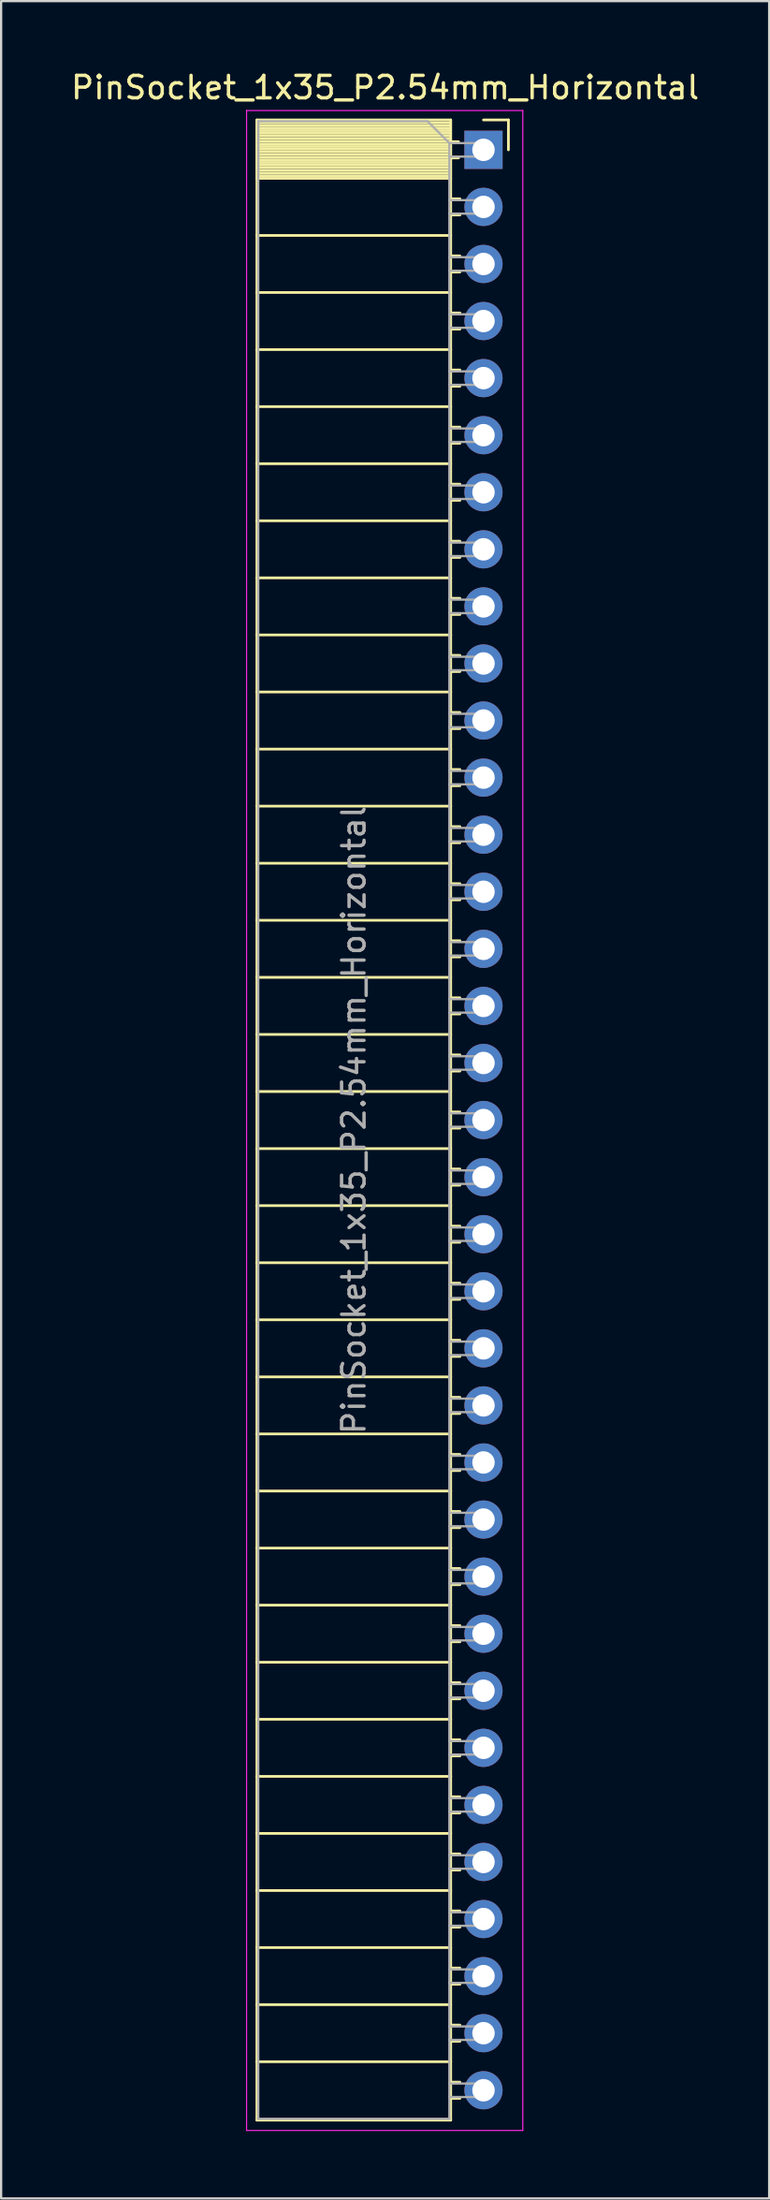
<source format=kicad_pcb>
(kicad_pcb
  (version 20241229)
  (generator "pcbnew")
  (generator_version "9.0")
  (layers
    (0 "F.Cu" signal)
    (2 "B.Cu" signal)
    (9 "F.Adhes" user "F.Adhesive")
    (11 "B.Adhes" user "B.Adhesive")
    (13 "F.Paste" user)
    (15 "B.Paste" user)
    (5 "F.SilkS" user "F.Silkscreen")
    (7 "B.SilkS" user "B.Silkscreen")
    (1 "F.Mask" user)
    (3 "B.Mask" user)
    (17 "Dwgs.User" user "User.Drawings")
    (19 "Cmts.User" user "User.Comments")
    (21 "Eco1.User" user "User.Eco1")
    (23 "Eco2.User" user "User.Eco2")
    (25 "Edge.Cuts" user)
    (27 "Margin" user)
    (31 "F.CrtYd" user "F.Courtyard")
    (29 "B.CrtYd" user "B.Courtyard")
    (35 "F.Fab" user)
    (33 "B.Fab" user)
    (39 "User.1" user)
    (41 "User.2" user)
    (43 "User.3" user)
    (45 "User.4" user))
  (footprint "PinSocket_1x35_P2.54mm_Horizontal"
    (layer "F.Cu")
    (at 18.481 3.618)
    (property "Reference" "PinSocket_1x35_P2.54mm_Horizontal" (at -4.38 -2.77 0) (layer "F.SilkS") (effects (font (size 1 1) (thickness 0.15))))
    (attr through_hole)
    (fp_line (start -10.09 -1.33) (end -10.09 87.69) (stroke (width 0.12) (type solid)) (layer "F.SilkS"))
    (fp_line (start -10.09 -1.33) (end -1.46 -1.33) (stroke (width 0.12) (type solid)) (layer "F.SilkS"))
    (fp_line (start -10.09 -1.21) (end -1.46 -1.21) (stroke (width 0.12) (type solid)) (layer "F.SilkS"))
    (fp_line (start -10.09 -1.092) (end -1.46 -1.092) (stroke (width 0.12) (type solid)) (layer "F.SilkS"))
    (fp_line (start -10.09 -0.974) (end -1.46 -0.974) (stroke (width 0.12) (type solid)) (layer "F.SilkS"))
    (fp_line (start -10.09 -0.856) (end -1.46 -0.856) (stroke (width 0.12) (type solid)) (layer "F.SilkS"))
    (fp_line (start -10.09 -0.738) (end -1.46 -0.738) (stroke (width 0.12) (type solid)) (layer "F.SilkS"))
    (fp_line (start -10.09 -0.62) (end -1.46 -0.62) (stroke (width 0.12) (type solid)) (layer "F.SilkS"))
    (fp_line (start -10.09 -0.501) (end -1.46 -0.501) (stroke (width 0.12) (type solid)) (layer "F.SilkS"))
    (fp_line (start -10.09 -0.383) (end -1.46 -0.383) (stroke (width 0.12) (type solid)) (layer "F.SilkS"))
    (fp_line (start -10.09 -0.265) (end -1.46 -0.265) (stroke (width 0.12) (type solid)) (layer "F.SilkS"))
    (fp_line (start -10.09 -0.147) (end -1.46 -0.147) (stroke (width 0.12) (type solid)) (layer "F.SilkS"))
    (fp_line (start -10.09 -0.029) (end -1.46 -0.029) (stroke (width 0.12) (type solid)) (layer "F.SilkS"))
    (fp_line (start -10.09 0.089) (end -1.46 0.089) (stroke (width 0.12) (type solid)) (layer "F.SilkS"))
    (fp_line (start -10.09 0.207) (end -1.46 0.207) (stroke (width 0.12) (type solid)) (layer "F.SilkS"))
    (fp_line (start -10.09 0.325) (end -1.46 0.325) (stroke (width 0.12) (type solid)) (layer "F.SilkS"))
    (fp_line (start -10.09 0.443) (end -1.46 0.443) (stroke (width 0.12) (type solid)) (layer "F.SilkS"))
    (fp_line (start -10.09 0.561) (end -1.46 0.561) (stroke (width 0.12) (type solid)) (layer "F.SilkS"))
    (fp_line (start -10.09 0.68) (end -1.46 0.68) (stroke (width 0.12) (type solid)) (layer "F.SilkS"))
    (fp_line (start -10.09 0.798) (end -1.46 0.798) (stroke (width 0.12) (type solid)) (layer "F.SilkS"))
    (fp_line (start -10.09 0.916) (end -1.46 0.916) (stroke (width 0.12) (type solid)) (layer "F.SilkS"))
    (fp_line (start -10.09 1.034) (end -1.46 1.034) (stroke (width 0.12) (type solid)) (layer "F.SilkS"))
    (fp_line (start -10.09 1.152) (end -1.46 1.152) (stroke (width 0.12) (type solid)) (layer "F.SilkS"))
    (fp_line (start -10.09 1.27) (end -1.46 1.27) (stroke (width 0.12) (type solid)) (layer "F.SilkS"))
    (fp_line (start -10.09 3.81) (end -1.46 3.81) (stroke (width 0.12) (type solid)) (layer "F.SilkS"))
    (fp_line (start -10.09 6.35) (end -1.46 6.35) (stroke (width 0.12) (type solid)) (layer "F.SilkS"))
    (fp_line (start -10.09 8.89) (end -1.46 8.89) (stroke (width 0.12) (type solid)) (layer "F.SilkS"))
    (fp_line (start -10.09 11.43) (end -1.46 11.43) (stroke (width 0.12) (type solid)) (layer "F.SilkS"))
    (fp_line (start -10.09 13.97) (end -1.46 13.97) (stroke (width 0.12) (type solid)) (layer "F.SilkS"))
    (fp_line (start -10.09 16.51) (end -1.46 16.51) (stroke (width 0.12) (type solid)) (layer "F.SilkS"))
    (fp_line (start -10.09 19.05) (end -1.46 19.05) (stroke (width 0.12) (type solid)) (layer "F.SilkS"))
    (fp_line (start -10.09 21.59) (end -1.46 21.59) (stroke (width 0.12) (type solid)) (layer "F.SilkS"))
    (fp_line (start -10.09 24.13) (end -1.46 24.13) (stroke (width 0.12) (type solid)) (layer "F.SilkS"))
    (fp_line (start -10.09 26.67) (end -1.46 26.67) (stroke (width 0.12) (type solid)) (layer "F.SilkS"))
    (fp_line (start -10.09 29.21) (end -1.46 29.21) (stroke (width 0.12) (type solid)) (layer "F.SilkS"))
    (fp_line (start -10.09 31.75) (end -1.46 31.75) (stroke (width 0.12) (type solid)) (layer "F.SilkS"))
    (fp_line (start -10.09 34.29) (end -1.46 34.29) (stroke (width 0.12) (type solid)) (layer "F.SilkS"))
    (fp_line (start -10.09 36.83) (end -1.46 36.83) (stroke (width 0.12) (type solid)) (layer "F.SilkS"))
    (fp_line (start -10.09 39.37) (end -1.46 39.37) (stroke (width 0.12) (type solid)) (layer "F.SilkS"))
    (fp_line (start -10.09 41.91) (end -1.46 41.91) (stroke (width 0.12) (type solid)) (layer "F.SilkS"))
    (fp_line (start -10.09 44.45) (end -1.46 44.45) (stroke (width 0.12) (type solid)) (layer "F.SilkS"))
    (fp_line (start -10.09 46.99) (end -1.46 46.99) (stroke (width 0.12) (type solid)) (layer "F.SilkS"))
    (fp_line (start -10.09 49.53) (end -1.46 49.53) (stroke (width 0.12) (type solid)) (layer "F.SilkS"))
    (fp_line (start -10.09 52.07) (end -1.46 52.07) (stroke (width 0.12) (type solid)) (layer "F.SilkS"))
    (fp_line (start -10.09 54.61) (end -1.46 54.61) (stroke (width 0.12) (type solid)) (layer "F.SilkS"))
    (fp_line (start -10.09 57.15) (end -1.46 57.15) (stroke (width 0.12) (type solid)) (layer "F.SilkS"))
    (fp_line (start -10.09 59.69) (end -1.46 59.69) (stroke (width 0.12) (type solid)) (layer "F.SilkS"))
    (fp_line (start -10.09 62.23) (end -1.46 62.23) (stroke (width 0.12) (type solid)) (layer "F.SilkS"))
    (fp_line (start -10.09 64.77) (end -1.46 64.77) (stroke (width 0.12) (type solid)) (layer "F.SilkS"))
    (fp_line (start -10.09 67.31) (end -1.46 67.31) (stroke (width 0.12) (type solid)) (layer "F.SilkS"))
    (fp_line (start -10.09 69.85) (end -1.46 69.85) (stroke (width 0.12) (type solid)) (layer "F.SilkS"))
    (fp_line (start -10.09 72.39) (end -1.46 72.39) (stroke (width 0.12) (type solid)) (layer "F.SilkS"))
    (fp_line (start -10.09 74.93) (end -1.46 74.93) (stroke (width 0.12) (type solid)) (layer "F.SilkS"))
    (fp_line (start -10.09 77.47) (end -1.46 77.47) (stroke (width 0.12) (type solid)) (layer "F.SilkS"))
    (fp_line (start -10.09 80.01) (end -1.46 80.01) (stroke (width 0.12) (type solid)) (layer "F.SilkS"))
    (fp_line (start -10.09 82.55) (end -1.46 82.55) (stroke (width 0.12) (type solid)) (layer "F.SilkS"))
    (fp_line (start -10.09 85.09) (end -1.46 85.09) (stroke (width 0.12) (type solid)) (layer "F.SilkS"))
    (fp_line (start -10.09 87.69) (end -1.46 87.69) (stroke (width 0.12) (type solid)) (layer "F.SilkS"))
    (fp_line (start -1.46 -1.33) (end -1.46 87.69) (stroke (width 0.12) (type solid)) (layer "F.SilkS"))
    (fp_line (start -1.46 -0.36) (end -1.11 -0.36) (stroke (width 0.12) (type solid)) (layer "F.SilkS"))
    (fp_line (start -1.46 0.36) (end -1.11 0.36) (stroke (width 0.12) (type solid)) (layer "F.SilkS"))
    (fp_line (start -1.46 2.18) (end -1.05 2.18) (stroke (width 0.12) (type solid)) (layer "F.SilkS"))
    (fp_line (start -1.46 2.9) (end -1.05 2.9) (stroke (width 0.12) (type solid)) (layer "F.SilkS"))
    (fp_line (start -1.46 4.72) (end -1.05 4.72) (stroke (width 0.12) (type solid)) (layer "F.SilkS"))
    (fp_line (start -1.46 5.44) (end -1.05 5.44) (stroke (width 0.12) (type solid)) (layer "F.SilkS"))
    (fp_line (start -1.46 7.26) (end -1.05 7.26) (stroke (width 0.12) (type solid)) (layer "F.SilkS"))
    (fp_line (start -1.46 7.98) (end -1.05 7.98) (stroke (width 0.12) (type solid)) (layer "F.SilkS"))
    (fp_line (start -1.46 9.8) (end -1.05 9.8) (stroke (width 0.12) (type solid)) (layer "F.SilkS"))
    (fp_line (start -1.46 10.52) (end -1.05 10.52) (stroke (width 0.12) (type solid)) (layer "F.SilkS"))
    (fp_line (start -1.46 12.34) (end -1.05 12.34) (stroke (width 0.12) (type solid)) (layer "F.SilkS"))
    (fp_line (start -1.46 13.06) (end -1.05 13.06) (stroke (width 0.12) (type solid)) (layer "F.SilkS"))
    (fp_line (start -1.46 14.88) (end -1.05 14.88) (stroke (width 0.12) (type solid)) (layer "F.SilkS"))
    (fp_line (start -1.46 15.6) (end -1.05 15.6) (stroke (width 0.12) (type solid)) (layer "F.SilkS"))
    (fp_line (start -1.46 17.42) (end -1.05 17.42) (stroke (width 0.12) (type solid)) (layer "F.SilkS"))
    (fp_line (start -1.46 18.14) (end -1.05 18.14) (stroke (width 0.12) (type solid)) (layer "F.SilkS"))
    (fp_line (start -1.46 19.96) (end -1.05 19.96) (stroke (width 0.12) (type solid)) (layer "F.SilkS"))
    (fp_line (start -1.46 20.68) (end -1.05 20.68) (stroke (width 0.12) (type solid)) (layer "F.SilkS"))
    (fp_line (start -1.46 22.5) (end -1.05 22.5) (stroke (width 0.12) (type solid)) (layer "F.SilkS"))
    (fp_line (start -1.46 23.22) (end -1.05 23.22) (stroke (width 0.12) (type solid)) (layer "F.SilkS"))
    (fp_line (start -1.46 25.04) (end -1.05 25.04) (stroke (width 0.12) (type solid)) (layer "F.SilkS"))
    (fp_line (start -1.46 25.76) (end -1.05 25.76) (stroke (width 0.12) (type solid)) (layer "F.SilkS"))
    (fp_line (start -1.46 27.58) (end -1.05 27.58) (stroke (width 0.12) (type solid)) (layer "F.SilkS"))
    (fp_line (start -1.46 28.3) (end -1.05 28.3) (stroke (width 0.12) (type solid)) (layer "F.SilkS"))
    (fp_line (start -1.46 30.12) (end -1.05 30.12) (stroke (width 0.12) (type solid)) (layer "F.SilkS"))
    (fp_line (start -1.46 30.84) (end -1.05 30.84) (stroke (width 0.12) (type solid)) (layer "F.SilkS"))
    (fp_line (start -1.46 32.66) (end -1.05 32.66) (stroke (width 0.12) (type solid)) (layer "F.SilkS"))
    (fp_line (start -1.46 33.38) (end -1.05 33.38) (stroke (width 0.12) (type solid)) (layer "F.SilkS"))
    (fp_line (start -1.46 35.2) (end -1.05 35.2) (stroke (width 0.12) (type solid)) (layer "F.SilkS"))
    (fp_line (start -1.46 35.92) (end -1.05 35.92) (stroke (width 0.12) (type solid)) (layer "F.SilkS"))
    (fp_line (start -1.46 37.74) (end -1.05 37.74) (stroke (width 0.12) (type solid)) (layer "F.SilkS"))
    (fp_line (start -1.46 38.46) (end -1.05 38.46) (stroke (width 0.12) (type solid)) (layer "F.SilkS"))
    (fp_line (start -1.46 40.28) (end -1.05 40.28) (stroke (width 0.12) (type solid)) (layer "F.SilkS"))
    (fp_line (start -1.46 41) (end -1.05 41) (stroke (width 0.12) (type solid)) (layer "F.SilkS"))
    (fp_line (start -1.46 42.82) (end -1.05 42.82) (stroke (width 0.12) (type solid)) (layer "F.SilkS"))
    (fp_line (start -1.46 43.54) (end -1.05 43.54) (stroke (width 0.12) (type solid)) (layer "F.SilkS"))
    (fp_line (start -1.46 45.36) (end -1.05 45.36) (stroke (width 0.12) (type solid)) (layer "F.SilkS"))
    (fp_line (start -1.46 46.08) (end -1.05 46.08) (stroke (width 0.12) (type solid)) (layer "F.SilkS"))
    (fp_line (start -1.46 47.9) (end -1.05 47.9) (stroke (width 0.12) (type solid)) (layer "F.SilkS"))
    (fp_line (start -1.46 48.62) (end -1.05 48.62) (stroke (width 0.12) (type solid)) (layer "F.SilkS"))
    (fp_line (start -1.46 50.44) (end -1.05 50.44) (stroke (width 0.12) (type solid)) (layer "F.SilkS"))
    (fp_line (start -1.46 51.16) (end -1.05 51.16) (stroke (width 0.12) (type solid)) (layer "F.SilkS"))
    (fp_line (start -1.46 52.98) (end -1.05 52.98) (stroke (width 0.12) (type solid)) (layer "F.SilkS"))
    (fp_line (start -1.46 53.7) (end -1.05 53.7) (stroke (width 0.12) (type solid)) (layer "F.SilkS"))
    (fp_line (start -1.46 55.52) (end -1.05 55.52) (stroke (width 0.12) (type solid)) (layer "F.SilkS"))
    (fp_line (start -1.46 56.24) (end -1.05 56.24) (stroke (width 0.12) (type solid)) (layer "F.SilkS"))
    (fp_line (start -1.46 58.06) (end -1.05 58.06) (stroke (width 0.12) (type solid)) (layer "F.SilkS"))
    (fp_line (start -1.46 58.78) (end -1.05 58.78) (stroke (width 0.12) (type solid)) (layer "F.SilkS"))
    (fp_line (start -1.46 60.6) (end -1.05 60.6) (stroke (width 0.12) (type solid)) (layer "F.SilkS"))
    (fp_line (start -1.46 61.32) (end -1.05 61.32) (stroke (width 0.12) (type solid)) (layer "F.SilkS"))
    (fp_line (start -1.46 63.14) (end -1.05 63.14) (stroke (width 0.12) (type solid)) (layer "F.SilkS"))
    (fp_line (start -1.46 63.86) (end -1.05 63.86) (stroke (width 0.12) (type solid)) (layer "F.SilkS"))
    (fp_line (start -1.46 65.68) (end -1.05 65.68) (stroke (width 0.12) (type solid)) (layer "F.SilkS"))
    (fp_line (start -1.46 66.4) (end -1.05 66.4) (stroke (width 0.12) (type solid)) (layer "F.SilkS"))
    (fp_line (start -1.46 68.22) (end -1.05 68.22) (stroke (width 0.12) (type solid)) (layer "F.SilkS"))
    (fp_line (start -1.46 68.94) (end -1.05 68.94) (stroke (width 0.12) (type solid)) (layer "F.SilkS"))
    (fp_line (start -1.46 70.76) (end -1.05 70.76) (stroke (width 0.12) (type solid)) (layer "F.SilkS"))
    (fp_line (start -1.46 71.48) (end -1.05 71.48) (stroke (width 0.12) (type solid)) (layer "F.SilkS"))
    (fp_line (start -1.46 73.3) (end -1.05 73.3) (stroke (width 0.12) (type solid)) (layer "F.SilkS"))
    (fp_line (start -1.46 74.02) (end -1.05 74.02) (stroke (width 0.12) (type solid)) (layer "F.SilkS"))
    (fp_line (start -1.46 75.84) (end -1.05 75.84) (stroke (width 0.12) (type solid)) (layer "F.SilkS"))
    (fp_line (start -1.46 76.56) (end -1.05 76.56) (stroke (width 0.12) (type solid)) (layer "F.SilkS"))
    (fp_line (start -1.46 78.38) (end -1.05 78.38) (stroke (width 0.12) (type solid)) (layer "F.SilkS"))
    (fp_line (start -1.46 79.1) (end -1.05 79.1) (stroke (width 0.12) (type solid)) (layer "F.SilkS"))
    (fp_line (start -1.46 80.92) (end -1.05 80.92) (stroke (width 0.12) (type solid)) (layer "F.SilkS"))
    (fp_line (start -1.46 81.64) (end -1.05 81.64) (stroke (width 0.12) (type solid)) (layer "F.SilkS"))
    (fp_line (start -1.46 83.46) (end -1.05 83.46) (stroke (width 0.12) (type solid)) (layer "F.SilkS"))
    (fp_line (start -1.46 84.18) (end -1.05 84.18) (stroke (width 0.12) (type solid)) (layer "F.SilkS"))
    (fp_line (start -1.46 86) (end -1.05 86) (stroke (width 0.12) (type solid)) (layer "F.SilkS"))
    (fp_line (start -1.46 86.72) (end -1.05 86.72) (stroke (width 0.12) (type solid)) (layer "F.SilkS"))
    (fp_line (start 0 -1.33) (end 1.11 -1.33) (stroke (width 0.12) (type solid)) (layer "F.SilkS"))
    (fp_line (start 1.11 -1.33) (end 1.11 0) (stroke (width 0.12) (type solid)) (layer "F.SilkS"))
    (fp_line (start -10.55 -1.75) (end -10.55 88.15) (stroke (width 0.05) (type solid)) (layer "F.CrtYd"))
    (fp_line (start -10.55 88.15) (end 1.75 88.15) (stroke (width 0.05) (type solid)) (layer "F.CrtYd"))
    (fp_line (start 1.75 -1.75) (end -10.55 -1.75) (stroke (width 0.05) (type solid)) (layer "F.CrtYd"))
    (fp_line (start 1.75 88.15) (end 1.75 -1.75) (stroke (width 0.05) (type solid)) (layer "F.CrtYd"))
    (fp_line (start -10.03 -1.27) (end -2.49 -1.27) (stroke (width 0.1) (type solid)) (layer "F.Fab"))
    (fp_line (start -10.03 87.63) (end -10.03 -1.27) (stroke (width 0.1) (type solid)) (layer "F.Fab"))
    (fp_line (start -2.49 -1.27) (end -1.52 -0.3) (stroke (width 0.1) (type solid)) (layer "F.Fab"))
    (fp_line (start -1.52 -0.3) (end -1.52 87.63) (stroke (width 0.1) (type solid)) (layer "F.Fab"))
    (fp_line (start -1.52 0.3) (end 0 0.3) (stroke (width 0.1) (type solid)) (layer "F.Fab"))
    (fp_line (start -1.52 2.84) (end 0 2.84) (stroke (width 0.1) (type solid)) (layer "F.Fab"))
    (fp_line (start -1.52 5.38) (end 0 5.38) (stroke (width 0.1) (type solid)) (layer "F.Fab"))
    (fp_line (start -1.52 7.92) (end 0 7.92) (stroke (width 0.1) (type solid)) (layer "F.Fab"))
    (fp_line (start -1.52 10.46) (end 0 10.46) (stroke (width 0.1) (type solid)) (layer "F.Fab"))
    (fp_line (start -1.52 13) (end 0 13) (stroke (width 0.1) (type solid)) (layer "F.Fab"))
    (fp_line (start -1.52 15.54) (end 0 15.54) (stroke (width 0.1) (type solid)) (layer "F.Fab"))
    (fp_line (start -1.52 18.08) (end 0 18.08) (stroke (width 0.1) (type solid)) (layer "F.Fab"))
    (fp_line (start -1.52 20.62) (end 0 20.62) (stroke (width 0.1) (type solid)) (layer "F.Fab"))
    (fp_line (start -1.52 23.16) (end 0 23.16) (stroke (width 0.1) (type solid)) (layer "F.Fab"))
    (fp_line (start -1.52 25.7) (end 0 25.7) (stroke (width 0.1) (type solid)) (layer "F.Fab"))
    (fp_line (start -1.52 28.24) (end 0 28.24) (stroke (width 0.1) (type solid)) (layer "F.Fab"))
    (fp_line (start -1.52 30.78) (end 0 30.78) (stroke (width 0.1) (type solid)) (layer "F.Fab"))
    (fp_line (start -1.52 33.32) (end 0 33.32) (stroke (width 0.1) (type solid)) (layer "F.Fab"))
    (fp_line (start -1.52 35.86) (end 0 35.86) (stroke (width 0.1) (type solid)) (layer "F.Fab"))
    (fp_line (start -1.52 38.4) (end 0 38.4) (stroke (width 0.1) (type solid)) (layer "F.Fab"))
    (fp_line (start -1.52 40.94) (end 0 40.94) (stroke (width 0.1) (type solid)) (layer "F.Fab"))
    (fp_line (start -1.52 43.48) (end 0 43.48) (stroke (width 0.1) (type solid)) (layer "F.Fab"))
    (fp_line (start -1.52 46.02) (end 0 46.02) (stroke (width 0.1) (type solid)) (layer "F.Fab"))
    (fp_line (start -1.52 48.56) (end 0 48.56) (stroke (width 0.1) (type solid)) (layer "F.Fab"))
    (fp_line (start -1.52 51.1) (end 0 51.1) (stroke (width 0.1) (type solid)) (layer "F.Fab"))
    (fp_line (start -1.52 53.64) (end 0 53.64) (stroke (width 0.1) (type solid)) (layer "F.Fab"))
    (fp_line (start -1.52 56.18) (end 0 56.18) (stroke (width 0.1) (type solid)) (layer "F.Fab"))
    (fp_line (start -1.52 58.72) (end 0 58.72) (stroke (width 0.1) (type solid)) (layer "F.Fab"))
    (fp_line (start -1.52 61.26) (end 0 61.26) (stroke (width 0.1) (type solid)) (layer "F.Fab"))
    (fp_line (start -1.52 63.8) (end 0 63.8) (stroke (width 0.1) (type solid)) (layer "F.Fab"))
    (fp_line (start -1.52 66.34) (end 0 66.34) (stroke (width 0.1) (type solid)) (layer "F.Fab"))
    (fp_line (start -1.52 68.88) (end 0 68.88) (stroke (width 0.1) (type solid)) (layer "F.Fab"))
    (fp_line (start -1.52 71.42) (end 0 71.42) (stroke (width 0.1) (type solid)) (layer "F.Fab"))
    (fp_line (start -1.52 73.96) (end 0 73.96) (stroke (width 0.1) (type solid)) (layer "F.Fab"))
    (fp_line (start -1.52 76.5) (end 0 76.5) (stroke (width 0.1) (type solid)) (layer "F.Fab"))
    (fp_line (start -1.52 79.04) (end 0 79.04) (stroke (width 0.1) (type solid)) (layer "F.Fab"))
    (fp_line (start -1.52 81.58) (end 0 81.58) (stroke (width 0.1) (type solid)) (layer "F.Fab"))
    (fp_line (start -1.52 84.12) (end 0 84.12) (stroke (width 0.1) (type solid)) (layer "F.Fab"))
    (fp_line (start -1.52 86.66) (end 0 86.66) (stroke (width 0.1) (type solid)) (layer "F.Fab"))
    (fp_line (start -1.52 87.63) (end -10.03 87.63) (stroke (width 0.1) (type solid)) (layer "F.Fab"))
    (fp_line (start 0 -0.3) (end -1.52 -0.3) (stroke (width 0.1) (type solid)) (layer "F.Fab"))
    (fp_line (start 0 0.3) (end 0 -0.3) (stroke (width 0.1) (type solid)) (layer "F.Fab"))
    (fp_line (start 0 2.24) (end -1.52 2.24) (stroke (width 0.1) (type solid)) (layer "F.Fab"))
    (fp_line (start 0 2.84) (end 0 2.24) (stroke (width 0.1) (type solid)) (layer "F.Fab"))
    (fp_line (start 0 4.78) (end -1.52 4.78) (stroke (width 0.1) (type solid)) (layer "F.Fab"))
    (fp_line (start 0 5.38) (end 0 4.78) (stroke (width 0.1) (type solid)) (layer "F.Fab"))
    (fp_line (start 0 7.32) (end -1.52 7.32) (stroke (width 0.1) (type solid)) (layer "F.Fab"))
    (fp_line (start 0 7.92) (end 0 7.32) (stroke (width 0.1) (type solid)) (layer "F.Fab"))
    (fp_line (start 0 9.86) (end -1.52 9.86) (stroke (width 0.1) (type solid)) (layer "F.Fab"))
    (fp_line (start 0 10.46) (end 0 9.86) (stroke (width 0.1) (type solid)) (layer "F.Fab"))
    (fp_line (start 0 12.4) (end -1.52 12.4) (stroke (width 0.1) (type solid)) (layer "F.Fab"))
    (fp_line (start 0 13) (end 0 12.4) (stroke (width 0.1) (type solid)) (layer "F.Fab"))
    (fp_line (start 0 14.94) (end -1.52 14.94) (stroke (width 0.1) (type solid)) (layer "F.Fab"))
    (fp_line (start 0 15.54) (end 0 14.94) (stroke (width 0.1) (type solid)) (layer "F.Fab"))
    (fp_line (start 0 17.48) (end -1.52 17.48) (stroke (width 0.1) (type solid)) (layer "F.Fab"))
    (fp_line (start 0 18.08) (end 0 17.48) (stroke (width 0.1) (type solid)) (layer "F.Fab"))
    (fp_line (start 0 20.02) (end -1.52 20.02) (stroke (width 0.1) (type solid)) (layer "F.Fab"))
    (fp_line (start 0 20.62) (end 0 20.02) (stroke (width 0.1) (type solid)) (layer "F.Fab"))
    (fp_line (start 0 22.56) (end -1.52 22.56) (stroke (width 0.1) (type solid)) (layer "F.Fab"))
    (fp_line (start 0 23.16) (end 0 22.56) (stroke (width 0.1) (type solid)) (layer "F.Fab"))
    (fp_line (start 0 25.1) (end -1.52 25.1) (stroke (width 0.1) (type solid)) (layer "F.Fab"))
    (fp_line (start 0 25.7) (end 0 25.1) (stroke (width 0.1) (type solid)) (layer "F.Fab"))
    (fp_line (start 0 27.64) (end -1.52 27.64) (stroke (width 0.1) (type solid)) (layer "F.Fab"))
    (fp_line (start 0 28.24) (end 0 27.64) (stroke (width 0.1) (type solid)) (layer "F.Fab"))
    (fp_line (start 0 30.18) (end -1.52 30.18) (stroke (width 0.1) (type solid)) (layer "F.Fab"))
    (fp_line (start 0 30.78) (end 0 30.18) (stroke (width 0.1) (type solid)) (layer "F.Fab"))
    (fp_line (start 0 32.72) (end -1.52 32.72) (stroke (width 0.1) (type solid)) (layer "F.Fab"))
    (fp_line (start 0 33.32) (end 0 32.72) (stroke (width 0.1) (type solid)) (layer "F.Fab"))
    (fp_line (start 0 35.26) (end -1.52 35.26) (stroke (width 0.1) (type solid)) (layer "F.Fab"))
    (fp_line (start 0 35.86) (end 0 35.26) (stroke (width 0.1) (type solid)) (layer "F.Fab"))
    (fp_line (start 0 37.8) (end -1.52 37.8) (stroke (width 0.1) (type solid)) (layer "F.Fab"))
    (fp_line (start 0 38.4) (end 0 37.8) (stroke (width 0.1) (type solid)) (layer "F.Fab"))
    (fp_line (start 0 40.34) (end -1.52 40.34) (stroke (width 0.1) (type solid)) (layer "F.Fab"))
    (fp_line (start 0 40.94) (end 0 40.34) (stroke (width 0.1) (type solid)) (layer "F.Fab"))
    (fp_line (start 0 42.88) (end -1.52 42.88) (stroke (width 0.1) (type solid)) (layer "F.Fab"))
    (fp_line (start 0 43.48) (end 0 42.88) (stroke (width 0.1) (type solid)) (layer "F.Fab"))
    (fp_line (start 0 45.42) (end -1.52 45.42) (stroke (width 0.1) (type solid)) (layer "F.Fab"))
    (fp_line (start 0 46.02) (end 0 45.42) (stroke (width 0.1) (type solid)) (layer "F.Fab"))
    (fp_line (start 0 47.96) (end -1.52 47.96) (stroke (width 0.1) (type solid)) (layer "F.Fab"))
    (fp_line (start 0 48.56) (end 0 47.96) (stroke (width 0.1) (type solid)) (layer "F.Fab"))
    (fp_line (start 0 50.5) (end -1.52 50.5) (stroke (width 0.1) (type solid)) (layer "F.Fab"))
    (fp_line (start 0 51.1) (end 0 50.5) (stroke (width 0.1) (type solid)) (layer "F.Fab"))
    (fp_line (start 0 53.04) (end -1.52 53.04) (stroke (width 0.1) (type solid)) (layer "F.Fab"))
    (fp_line (start 0 53.64) (end 0 53.04) (stroke (width 0.1) (type solid)) (layer "F.Fab"))
    (fp_line (start 0 55.58) (end -1.52 55.58) (stroke (width 0.1) (type solid)) (layer "F.Fab"))
    (fp_line (start 0 56.18) (end 0 55.58) (stroke (width 0.1) (type solid)) (layer "F.Fab"))
    (fp_line (start 0 58.12) (end -1.52 58.12) (stroke (width 0.1) (type solid)) (layer "F.Fab"))
    (fp_line (start 0 58.72) (end 0 58.12) (stroke (width 0.1) (type solid)) (layer "F.Fab"))
    (fp_line (start 0 60.66) (end -1.52 60.66) (stroke (width 0.1) (type solid)) (layer "F.Fab"))
    (fp_line (start 0 61.26) (end 0 60.66) (stroke (width 0.1) (type solid)) (layer "F.Fab"))
    (fp_line (start 0 63.2) (end -1.52 63.2) (stroke (width 0.1) (type solid)) (layer "F.Fab"))
    (fp_line (start 0 63.8) (end 0 63.2) (stroke (width 0.1) (type solid)) (layer "F.Fab"))
    (fp_line (start 0 65.74) (end -1.52 65.74) (stroke (width 0.1) (type solid)) (layer "F.Fab"))
    (fp_line (start 0 66.34) (end 0 65.74) (stroke (width 0.1) (type solid)) (layer "F.Fab"))
    (fp_line (start 0 68.28) (end -1.52 68.28) (stroke (width 0.1) (type solid)) (layer "F.Fab"))
    (fp_line (start 0 68.88) (end 0 68.28) (stroke (width 0.1) (type solid)) (layer "F.Fab"))
    (fp_line (start 0 70.82) (end -1.52 70.82) (stroke (width 0.1) (type solid)) (layer "F.Fab"))
    (fp_line (start 0 71.42) (end 0 70.82) (stroke (width 0.1) (type solid)) (layer "F.Fab"))
    (fp_line (start 0 73.36) (end -1.52 73.36) (stroke (width 0.1) (type solid)) (layer "F.Fab"))
    (fp_line (start 0 73.96) (end 0 73.36) (stroke (width 0.1) (type solid)) (layer "F.Fab"))
    (fp_line (start 0 75.9) (end -1.52 75.9) (stroke (width 0.1) (type solid)) (layer "F.Fab"))
    (fp_line (start 0 76.5) (end 0 75.9) (stroke (width 0.1) (type solid)) (layer "F.Fab"))
    (fp_line (start 0 78.44) (end -1.52 78.44) (stroke (width 0.1) (type solid)) (layer "F.Fab"))
    (fp_line (start 0 79.04) (end 0 78.44) (stroke (width 0.1) (type solid)) (layer "F.Fab"))
    (fp_line (start 0 80.98) (end -1.52 80.98) (stroke (width 0.1) (type solid)) (layer "F.Fab"))
    (fp_line (start 0 81.58) (end 0 80.98) (stroke (width 0.1) (type solid)) (layer "F.Fab"))
    (fp_line (start 0 83.52) (end -1.52 83.52) (stroke (width 0.1) (type solid)) (layer "F.Fab"))
    (fp_line (start 0 84.12) (end 0 83.52) (stroke (width 0.1) (type solid)) (layer "F.Fab"))
    (fp_line (start 0 86.06) (end -1.52 86.06) (stroke (width 0.1) (type solid)) (layer "F.Fab"))
    (fp_line (start 0 86.66) (end 0 86.06) (stroke (width 0.1) (type solid)) (layer "F.Fab"))
    (fp_text user "${REFERENCE}" (at -5.775 43.18 90) (layer "F.Fab") (effects (font (size 1 1) (thickness 0.15))))
    (pad "1" thru_hole rect (at 0 0) (size 1.7 1.7) (drill 1) (layers "*.Cu" "*.Mask"))
    (pad "2" thru_hole oval (at 0 2.54) (size 1.7 1.7) (drill 1) (layers "*.Cu" "*.Mask"))
    (pad "3" thru_hole oval (at 0 5.08) (size 1.7 1.7) (drill 1) (layers "*.Cu" "*.Mask"))
    (pad "4" thru_hole oval (at 0 7.62) (size 1.7 1.7) (drill 1) (layers "*.Cu" "*.Mask"))
    (pad "5" thru_hole oval (at 0 10.16) (size 1.7 1.7) (drill 1) (layers "*.Cu" "*.Mask"))
    (pad "6" thru_hole oval (at 0 12.7) (size 1.7 1.7) (drill 1) (layers "*.Cu" "*.Mask"))
    (pad "7" thru_hole oval (at 0 15.24) (size 1.7 1.7) (drill 1) (layers "*.Cu" "*.Mask"))
    (pad "8" thru_hole oval (at 0 17.78) (size 1.7 1.7) (drill 1) (layers "*.Cu" "*.Mask"))
    (pad "9" thru_hole oval (at 0 20.32) (size 1.7 1.7) (drill 1) (layers "*.Cu" "*.Mask"))
    (pad "10" thru_hole oval (at 0 22.86) (size 1.7 1.7) (drill 1) (layers "*.Cu" "*.Mask"))
    (pad "11" thru_hole oval (at 0 25.4) (size 1.7 1.7) (drill 1) (layers "*.Cu" "*.Mask"))
    (pad "12" thru_hole oval (at 0 27.94) (size 1.7 1.7) (drill 1) (layers "*.Cu" "*.Mask"))
    (pad "13" thru_hole oval (at 0 30.48) (size 1.7 1.7) (drill 1) (layers "*.Cu" "*.Mask"))
    (pad "14" thru_hole oval (at 0 33.02) (size 1.7 1.7) (drill 1) (layers "*.Cu" "*.Mask"))
    (pad "15" thru_hole oval (at 0 35.56) (size 1.7 1.7) (drill 1) (layers "*.Cu" "*.Mask"))
    (pad "16" thru_hole oval (at 0 38.1) (size 1.7 1.7) (drill 1) (layers "*.Cu" "*.Mask"))
    (pad "17" thru_hole oval (at 0 40.64) (size 1.7 1.7) (drill 1) (layers "*.Cu" "*.Mask"))
    (pad "18" thru_hole oval (at 0 43.18) (size 1.7 1.7) (drill 1) (layers "*.Cu" "*.Mask"))
    (pad "19" thru_hole oval (at 0 45.72) (size 1.7 1.7) (drill 1) (layers "*.Cu" "*.Mask"))
    (pad "20" thru_hole oval (at 0 48.26) (size 1.7 1.7) (drill 1) (layers "*.Cu" "*.Mask"))
    (pad "21" thru_hole oval (at 0 50.8) (size 1.7 1.7) (drill 1) (layers "*.Cu" "*.Mask"))
    (pad "22" thru_hole oval (at 0 53.34) (size 1.7 1.7) (drill 1) (layers "*.Cu" "*.Mask"))
    (pad "23" thru_hole oval (at 0 55.88) (size 1.7 1.7) (drill 1) (layers "*.Cu" "*.Mask"))
    (pad "24" thru_hole oval (at 0 58.42) (size 1.7 1.7) (drill 1) (layers "*.Cu" "*.Mask"))
    (pad "25" thru_hole oval (at 0 60.96) (size 1.7 1.7) (drill 1) (layers "*.Cu" "*.Mask"))
    (pad "26" thru_hole oval (at 0 63.5) (size 1.7 1.7) (drill 1) (layers "*.Cu" "*.Mask"))
    (pad "27" thru_hole oval (at 0 66.04) (size 1.7 1.7) (drill 1) (layers "*.Cu" "*.Mask"))
    (pad "28" thru_hole oval (at 0 68.58) (size 1.7 1.7) (drill 1) (layers "*.Cu" "*.Mask"))
    (pad "29" thru_hole oval (at 0 71.12) (size 1.7 1.7) (drill 1) (layers "*.Cu" "*.Mask"))
    (pad "30" thru_hole oval (at 0 73.66) (size 1.7 1.7) (drill 1) (layers "*.Cu" "*.Mask"))
    (pad "31" thru_hole oval (at 0 76.2) (size 1.7 1.7) (drill 1) (layers "*.Cu" "*.Mask"))
    (pad "32" thru_hole oval (at 0 78.74) (size 1.7 1.7) (drill 1) (layers "*.Cu" "*.Mask"))
    (pad "33" thru_hole oval (at 0 81.28) (size 1.7 1.7) (drill 1) (layers "*.Cu" "*.Mask"))
    (pad "34" thru_hole oval (at 0 83.82) (size 1.7 1.7) (drill 1) (layers "*.Cu" "*.Mask"))
    (pad "35" thru_hole oval (at 0 86.36) (size 1.7 1.7) (drill 1) (layers "*.Cu" "*.Mask")))
  (gr_rect
    (start -3 -3)
    (end 31.202 94.793)
    (stroke (width 0.1) (type default))
    (fill no)
    (layer "Edge.Cuts")))
</source>
